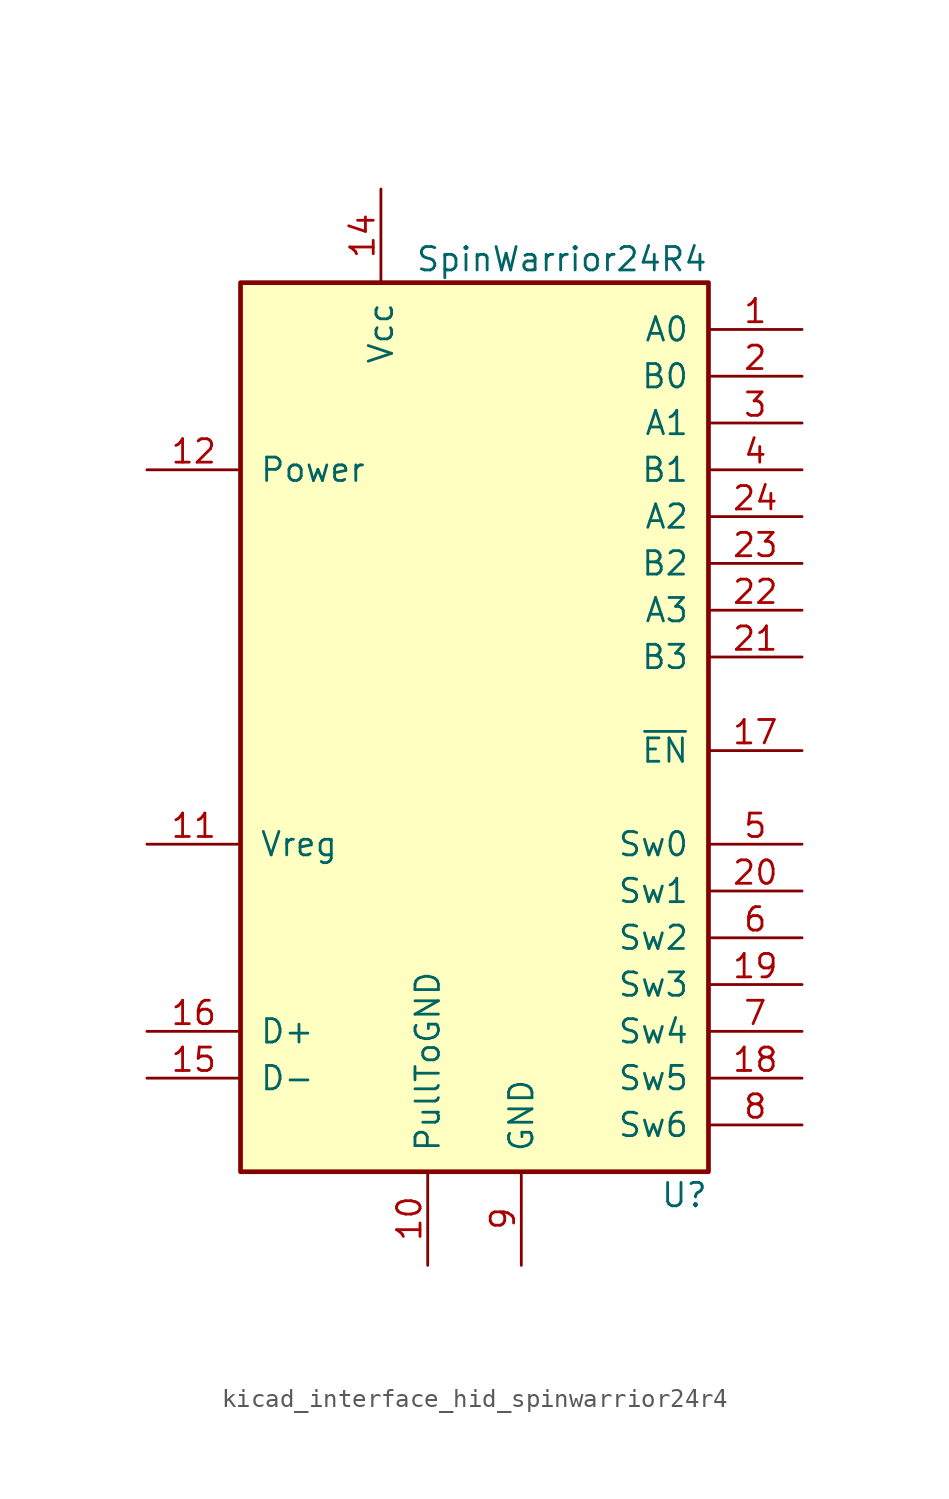
<source format=kicad_sym>
(kicad_symbol_lib
  (version 20220914)
  (generator kicad_symbol_editor)
  (symbol "kicad_interface_hid_spinwarrior24r4"
    (pin_names
      (offset 1.016))
    (property "Reference" "U"
      (at 12.7 -24.13 0)
      (effects (font (size 1.27 1.27)) (justify right)))
    (property "Value" "SpinWarrior24R4"
      (at 12.7 26.67 0)
      (effects (font (size 1.27 1.27)) (justify right)))
    (symbol "kicad_interface_hid_spinwarrior24r4_1_1"
      (rectangle (start -12.7 25.4) (end 12.7 -22.86) (stroke (width 0.254) (type default)) (fill (type background)))
      (pin input line (at 17.78 22.86 180) (length 5.08) (name "A0" (effects (font (size 1.27 1.27)))) (number "1" (effects (font (size 1.27 1.27)))))
      (pin input line (at -2.54 -27.94 90) (length 5.08) (name "PullToGND" (effects (font (size 1.27 1.27)))) (number "10" (effects (font (size 1.27 1.27)))))
      (pin power_out line (at -17.78 -5.08 0) (length 5.08) (name "Vreg" (effects (font (size 1.27 1.27)))) (number "11" (effects (font (size 1.27 1.27)))))
      (pin input line (at -17.78 15.24 0) (length 5.08) (name "Power" (effects (font (size 1.27 1.27)))) (number "12" (effects (font (size 1.27 1.27)))))
      (pin no_connect line (at -12.7 22.86 0) (length 5.08) hide (name "NC" (effects (font (size 1.27 1.27)))) (number "13" (effects (font (size 1.27 1.27)))))
      (pin power_in line (at -5.08 30.48 270) (length 5.08) (name "Vcc" (effects (font (size 1.27 1.27)))) (number "14" (effects (font (size 1.27 1.27)))))
      (pin bidirectional line (at -17.78 -17.78 0) (length 5.08) (name "D-" (effects (font (size 1.27 1.27)))) (number "15" (effects (font (size 1.27 1.27)))))
      (pin bidirectional line (at -17.78 -15.24 0) (length 5.08) (name "D+" (effects (font (size 1.27 1.27)))) (number "16" (effects (font (size 1.27 1.27)))))
      (pin open_collector line (at 17.78 0 180) (length 5.08) (name "~{EN}" (effects (font (size 1.27 1.27)))) (number "17" (effects (font (size 1.27 1.27)))))
      (pin input line (at 17.78 -17.78 180) (length 5.08) (name "Sw5" (effects (font (size 1.27 1.27)))) (number "18" (effects (font (size 1.27 1.27)))))
      (pin input line (at 17.78 -12.7 180) (length 5.08) (name "Sw3" (effects (font (size 1.27 1.27)))) (number "19" (effects (font (size 1.27 1.27)))))
      (pin input line (at 17.78 20.32 180) (length 5.08) (name "B0" (effects (font (size 1.27 1.27)))) (number "2" (effects (font (size 1.27 1.27)))))
      (pin input line (at 17.78 -7.62 180) (length 5.08) (name "Sw1" (effects (font (size 1.27 1.27)))) (number "20" (effects (font (size 1.27 1.27)))))
      (pin input line (at 17.78 5.08 180) (length 5.08) (name "B3" (effects (font (size 1.27 1.27)))) (number "21" (effects (font (size 1.27 1.27)))))
      (pin input line (at 17.78 7.62 180) (length 5.08) (name "A3" (effects (font (size 1.27 1.27)))) (number "22" (effects (font (size 1.27 1.27)))))
      (pin input line (at 17.78 10.16 180) (length 5.08) (name "B2" (effects (font (size 1.27 1.27)))) (number "23" (effects (font (size 1.27 1.27)))))
      (pin input line (at 17.78 12.7 180) (length 5.08) (name "A2" (effects (font (size 1.27 1.27)))) (number "24" (effects (font (size 1.27 1.27)))))
      (pin input line (at 17.78 17.78 180) (length 5.08) (name "A1" (effects (font (size 1.27 1.27)))) (number "3" (effects (font (size 1.27 1.27)))))
      (pin input line (at 17.78 15.24 180) (length 5.08) (name "B1" (effects (font (size 1.27 1.27)))) (number "4" (effects (font (size 1.27 1.27)))))
      (pin input line (at 17.78 -5.08 180) (length 5.08) (name "Sw0" (effects (font (size 1.27 1.27)))) (number "5" (effects (font (size 1.27 1.27)))))
      (pin input line (at 17.78 -10.16 180) (length 5.08) (name "Sw2" (effects (font (size 1.27 1.27)))) (number "6" (effects (font (size 1.27 1.27)))))
      (pin input line (at 17.78 -15.24 180) (length 5.08) (name "Sw4" (effects (font (size 1.27 1.27)))) (number "7" (effects (font (size 1.27 1.27)))))
      (pin input line (at 17.78 -20.32 180) (length 5.08) (name "Sw6" (effects (font (size 1.27 1.27)))) (number "8" (effects (font (size 1.27 1.27)))))
      (pin power_in line (at 2.54 -27.94 90) (length 5.08) (name "GND" (effects (font (size 1.27 1.27)))) (number "9" (effects (font (size 1.27 1.27))))))))
</source>
